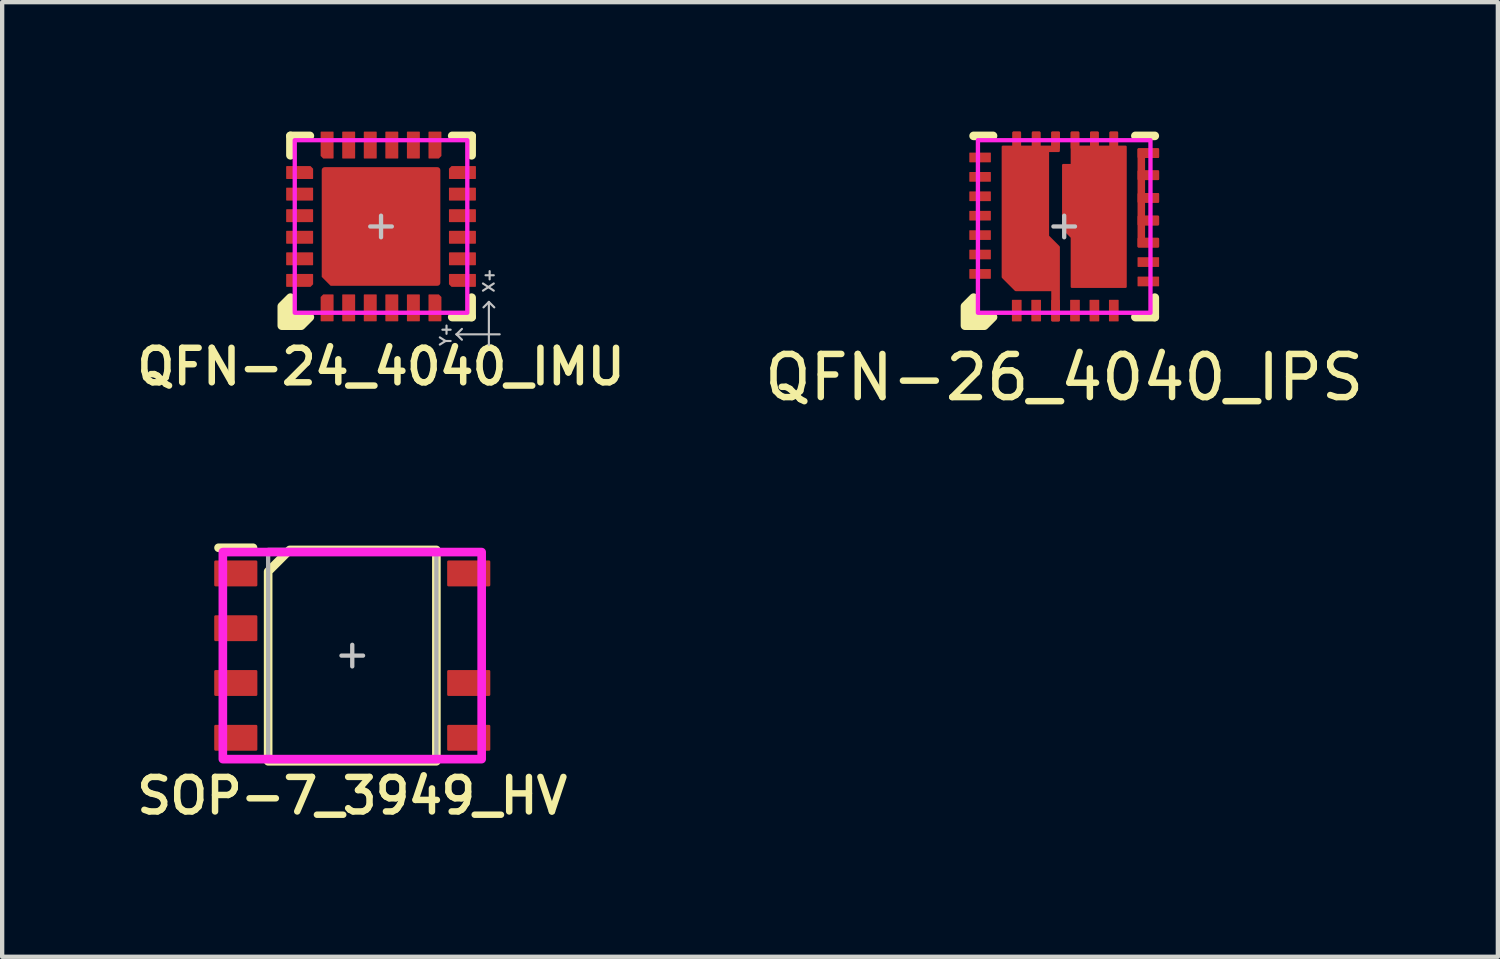
<source format=kicad_pcb>
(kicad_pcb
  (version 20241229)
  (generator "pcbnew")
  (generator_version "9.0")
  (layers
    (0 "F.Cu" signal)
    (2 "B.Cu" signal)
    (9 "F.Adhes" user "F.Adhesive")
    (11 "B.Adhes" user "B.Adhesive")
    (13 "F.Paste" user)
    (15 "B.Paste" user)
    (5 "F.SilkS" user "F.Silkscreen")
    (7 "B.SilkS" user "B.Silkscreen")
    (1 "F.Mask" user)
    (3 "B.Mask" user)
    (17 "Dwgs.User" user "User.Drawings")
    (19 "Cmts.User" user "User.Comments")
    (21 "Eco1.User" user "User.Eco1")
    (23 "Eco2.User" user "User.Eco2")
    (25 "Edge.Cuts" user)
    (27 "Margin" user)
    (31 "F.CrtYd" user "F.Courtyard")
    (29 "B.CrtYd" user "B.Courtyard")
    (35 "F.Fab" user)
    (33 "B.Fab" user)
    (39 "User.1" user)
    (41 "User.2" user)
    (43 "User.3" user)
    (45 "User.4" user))
  (footprint "QFN-26_4040_IPS"
    (layer "F.Cu")
    (at 21.62 2.2)
    (property "Reference" "QFN-26_4040_IPS" (at 0 3.5 0) (unlocked yes) (layer "F.SilkS") (effects (font (size 1 1) (thickness 0.15))))
    (attr smd)
    (fp_line (start -1.65 -2.1) (end -2.1 -2.1) (stroke (width 0.2) (type solid)) (layer "F.SilkS"))
    (fp_line (start 1.65 2.1) (end 2.1 2.1) (stroke (width 0.2) (type solid)) (layer "F.SilkS"))
    (fp_line (start 2.1 -2.1) (end 1.65 -2.1) (stroke (width 0.2) (type solid)) (layer "F.SilkS"))
    (fp_line (start 2.1 2.1) (end 2.1 1.65) (stroke (width 0.2) (type solid)) (layer "F.SilkS"))
    (fp_poly (pts (xy -2.1 2.1) (xy -1.65 2.1) (xy -1.85 2.3) (xy -2.3 2.3) (xy -2.3 1.85) (xy -2.1 1.65)) (stroke (width 0.2) (type solid)) (fill yes) (layer "F.SilkS"))
    (fp_rect (start -1.35 -1.725) (end -0.45 -0.875) (stroke (width 0) (type solid)) (fill yes) (layer "F.Paste"))
    (fp_rect (start -1.35 -0.575) (end -0.45 0.225) (stroke (width 0) (type solid)) (fill yes) (layer "F.Paste"))
    (fp_rect (start -0.275 2.175) (end -0.125 1.6) (stroke (width 0) (type solid)) (fill yes) (layer "F.Paste"))
    (fp_rect (start 0.25 0.525) (end 1.35 1.325) (stroke (width 0) (type solid)) (fill yes) (layer "F.Paste"))
    (fp_poly (pts (xy 1.35 0.225) (xy 0.25 0.225) (xy 0.05 0.025) (xy 0.05 -0.575) (xy 1.35 -0.575)) (stroke (width 0) (type solid)) (fill yes) (layer "F.Paste"))
    (fp_poly (pts (xy -0.2 0.55) (xy -0.2 1.4) (xy -1.075 1.4) (xy -1.35 1.125) (xy -1.35 0.525) (xy -0.225 0.525)) (stroke (width 0) (type solid)) (fill yes) (layer "F.Paste"))
    (fp_poly (pts (xy 1.35 -0.875) (xy 0.05 -0.875) (xy 0.05 -1.35) (xy 0.25 -1.35) (xy 0.25 -1.725) (xy 1.35 -1.725)) (stroke (width 0) (type solid)) (fill yes) (layer "F.Paste"))
    (fp_poly (pts (xy 1.85 0.287) (xy 2.175 0.287) (xy 2.175 0.463) (xy 1.725 0.463) (xy 1.725 0.237) (xy 1.85 0.237)) (stroke (width 0) (type solid)) (fill yes) (layer "F.Paste"))
    (fp_poly (pts (xy 2.175 -1.788) (xy 2.175 -1.613) (xy 1.85 -1.613) (xy 1.85 -1.562) (xy 1.725 -1.562) (xy 1.725 -1.788)) (stroke (width 0) (type solid)) (fill yes) (layer "F.Paste"))
    (fp_poly (pts (xy 1.85 -1.275) (xy 2.175 -1.275) (xy 2.175 -1.1) (xy 1.85 -1.1) (xy 1.85 -1.05) (xy 1.725 -1.05) (xy 1.725 -1.325) (xy 1.85 -1.325)) (stroke (width 0) (type solid)) (fill yes) (layer "F.Paste"))
    (fp_poly (pts (xy 1.85 -0.75) (xy 2.175 -0.75) (xy 2.175 -0.575) (xy 1.85 -0.575) (xy 1.85 -0.525) (xy 1.725 -0.525) (xy 1.725 -0.8) (xy 1.85 -0.8)) (stroke (width 0) (type solid)) (fill yes) (layer "F.Paste"))
    (fp_poly (pts (xy 1.85 -0.225) (xy 2.175 -0.225) (xy 2.175 -0.05) (xy 1.85 -0.05) (xy 1.85 0) (xy 1.725 0) (xy 1.725 -0.275) (xy 1.85 -0.275)) (stroke (width 0) (type solid)) (fill yes) (layer "F.Paste"))
    (fp_line (start 0 0.25) (end 0 -0.25) (stroke (width 0.1) (type solid)) (layer "Dwgs.User"))
    (fp_line (start 0.25 0) (end -0.25 0) (stroke (width 0.1) (type solid)) (layer "Dwgs.User"))
    (fp_rect (start -2 -2) (end 2 2) (stroke (width 0.1) (type solid)) (fill no) (layer "F.CrtYd"))
    (pad "1" smd roundrect (at -1.1 1.95 90) (size 0.5 0.225) (layers "F.Cu" "F.Mask" "F.Paste") (roundrect_rratio 0.05))
    (pad "2" smd roundrect (at -0.65 1.95 90) (size 0.5 0.225) (layers "F.Cu" "F.Mask" "F.Paste") (roundrect_rratio 0.05))
    (pad "20" smd roundrect (at -1.95 -1.6) (size 0.5 0.225) (layers "F.Cu" "F.Mask" "F.Paste") (roundrect_rratio 0.05))
    (pad "21" smd roundrect (at -1.95 -1.15) (size 0.5 0.225) (layers "F.Cu" "F.Mask" "F.Paste") (roundrect_rratio 0.05))
    (pad "22" smd roundrect (at -1.95 -0.7) (size 0.5 0.225) (layers "F.Cu" "F.Mask" "F.Paste") (roundrect_rratio 0.05))
    (pad "23" smd roundrect (at -1.95 -0.25) (size 0.5 0.225) (layers "F.Cu" "F.Mask" "F.Paste") (roundrect_rratio 0.05))
    (pad "24" smd roundrect (at -1.95 0.2) (size 0.5 0.225) (layers "F.Cu" "F.Mask" "F.Paste") (roundrect_rratio 0.05))
    (pad "25" smd roundrect (at -1.95 0.65) (size 0.5 0.225) (layers "F.Cu" "F.Mask" "F.Paste") (roundrect_rratio 0.05))
    (pad "26" smd roundrect (at -1.95 1.1) (size 0.5 0.225) (layers "F.Cu" "F.Mask" "F.Paste") (roundrect_rratio 0.05))
    (pad "GND" smd roundrect (at 0.25 1.95 90) (size 0.5 0.225) (layers "F.Cu" "F.Mask" "F.Paste") (roundrect_rratio 0.05))
    (pad "GND" smd roundrect (at 0.7 1.95 90) (size 0.5 0.225) (layers "F.Cu" "F.Mask" "F.Paste") (roundrect_rratio 0.05))
    (pad "GND" smd roundrect (at 1.15 1.95 90) (size 0.5 0.225) (layers "F.Cu" "F.Mask" "F.Paste") (roundrect_rratio 0.05))
    (pad "GND" smd custom (at 1.775 -0.925) (size 0.1 0.1) (layers "F.Cu" "F.Mask") (options (anchor circle)) (primitives (gr_poly (pts (xy 0.4 -0.688) (xy 0.075 -0.688) (xy 0.075 -0.35) (xy 0.4 -0.35) (xy 0.4 -0.175) (xy 0.075 -0.175) (xy 0.075 0.175) (xy 0.4 0.175) (xy 0.4 0.35) (xy 0.075 0.35) (xy 0.075 0.7) (xy 0.4 0.7) (xy 0.4 0.875) (xy 0.075 0.875) (xy 0.075 1.212) (xy 0.4 1.212) (xy 0.4 1.387) (xy -0.05 1.387) (xy -0.05 -0.863) (xy 0.4 -0.863)) (width 0.05) (fill yes))))
    (pad "GND" smd roundrect (at 1.95 -1.7) (size 0.5 0.225) (layers "F.Cu") (roundrect_rratio 0.1))
    (pad "GND" smd roundrect (at 1.95 -1.188) (size 0.5 0.225) (layers "F.Cu") (roundrect_rratio 0.1))
    (pad "GND" smd roundrect (at 1.95 -0.662) (size 0.5 0.225) (layers "F.Cu") (roundrect_rratio 0.1))
    (pad "GND" smd roundrect (at 1.95 -0.138) (size 0.5 0.225) (layers "F.Cu") (roundrect_rratio 0.1))
    (pad "GND" smd roundrect (at 1.95 0.375) (size 0.5 0.225) (layers "F.Cu") (roundrect_rratio 0.1))
    (pad "GND" smd roundrect (at 1.95 0.825) (size 0.5 0.225) (layers "F.Cu" "F.Mask" "F.Paste") (roundrect_rratio 0.05))
    (pad "GND" smd roundrect (at 1.95 1.275) (size 0.5 0.225) (layers "F.Cu" "F.Mask" "F.Paste") (roundrect_rratio 0.05))
    (pad "SW" smd roundrect (at 0.25 -2 270) (size 0.4 0.2) (layers "F.Cu" "F.Paste") (roundrect_rratio 0.1))
    (pad "SW" smd roundrect (at 0.7 -2 270) (size 0.4 0.2) (layers "F.Cu" "F.Paste") (roundrect_rratio 0.1))
    (pad "SW" smd custom (at 0.775 0) (size 0.5 0.5) (layers "F.Cu" "F.Mask") (options (anchor circle)) (primitives (gr_poly (pts (xy -0.45 -1.85) (xy -0.15 -1.85) (xy -0.15 -2.175) (xy 0 -2.175) (xy 0 -1.85) (xy 0.3 -1.85) (xy 0.3 -2.175) (xy 0.45 -2.175) (xy 0.45 -1.85) (xy 0.65 -1.85) (xy 0.65 1.4) (xy -0.6 1.4) (xy -0.6 0.25) (xy -0.8 0.05) (xy -0.8 -1.425) (xy -0.6 -1.425) (xy -0.6 -2.175) (xy -0.45 -2.175)) (width 0.05) (fill yes))))
    (pad "SW" smd roundrect (at 1.15 -2 270) (size 0.4 0.2) (layers "F.Cu" "F.Paste") (roundrect_rratio 0.1))
    (pad "Vin" smd roundrect (at -1.1 -2 90) (size 0.4 0.2) (layers "F.Cu" "F.Paste") (roundrect_rratio 0.1))
    (pad "Vin" smd custom (at -0.975 0) (size 0.5 0.5) (layers "F.Cu" "F.Mask") (options (anchor circle)) (primitives (gr_poly (pts (xy 0.25 0) (xy 0.231 -0.096) (xy 0.177 -0.177) (xy 0.096 -0.231) (xy 0 -0.25) (xy -0.096 -0.231) (xy -0.177 -0.177) (xy -0.231 -0.096) (xy -0.25 0) (xy -0.231 0.096) (xy -0.177 0.177) (xy -0.096 0.231) (xy 0 0.25) (xy 0.096 0.231) (xy 0.177 0.177) (xy 0.231 0.096) (xy 0.25 0)) (width 0) (fill yes)) (gr_poly (pts (xy -0.05 -1.85) (xy 0.25 -1.85) (xy 0.25 -2.175) (xy 0.4 -2.175) (xy 0.4 -1.85) (xy 0.7 -1.85) (xy 0.7 -2.175) (xy 0.85 -2.175) (xy 0.85 -1.75) (xy 0.6 -1.75) (xy 0.6 0.225) (xy 0.85 0.475) (xy 0.85 2.175) (xy 0.7 2.175) (xy 0.7 1.475) (xy -0.15 1.475) (xy -0.45 1.175) (xy -0.45 -1.85) (xy -0.2 -1.85) (xy -0.2 -2.175) (xy -0.05 -2.175)) (width 0.05) (fill yes))))
    (pad "Vin" smd roundrect (at -0.65 -2 90) (size 0.4 0.2) (layers "F.Cu" "F.Paste") (roundrect_rratio 0.1))
    (pad "Vin" smd roundrect (at -0.2 -2 90) (size 0.4 0.2) (layers "F.Cu" "F.Paste") (roundrect_rratio 0.1))
    (pad "Vin" smd roundrect (at -0.2 1.95 90) (size 0.5 0.2) (layers "F.Cu") (roundrect_rratio 0.1)))
  (footprint "QFN-24_4040_IMU"
    (layer "F.Cu")
    (at 5.783 2.2)
    (property "Reference" "QFN-24_4040_IMU" (at 0 3.25 0) (unlocked yes) (layer "F.SilkS") (effects (font (size 0.8 0.8) (thickness 0.15))))
    (attr smd)
    (fp_line (start -2.1 -2.1) (end -2.1 -1.65) (stroke (width 0.2) (type solid)) (layer "F.SilkS"))
    (fp_line (start -1.65 -2.1) (end -2.1 -2.1) (stroke (width 0.2) (type solid)) (layer "F.SilkS"))
    (fp_line (start 1.65 2.1) (end 2.1 2.1) (stroke (width 0.2) (type solid)) (layer "F.SilkS"))
    (fp_line (start 2.1 -2.1) (end 1.65 -2.1) (stroke (width 0.2) (type solid)) (layer "F.SilkS"))
    (fp_line (start 2.1 -1.65) (end 2.1 -2.1) (stroke (width 0.2) (type solid)) (layer "F.SilkS"))
    (fp_line (start 2.1 2.1) (end 2.1 1.65) (stroke (width 0.2) (type solid)) (layer "F.SilkS"))
    (fp_poly (pts (xy -2.1 2.1) (xy -1.65 2.1) (xy -1.85 2.3) (xy -2.3 2.3) (xy -2.3 1.85) (xy -2.1 1.65)) (stroke (width 0.2) (type solid)) (fill yes) (layer "F.SilkS"))
    (fp_rect (start -1.2 -1.2) (end -0.15 -0.15) (stroke (width 0) (type solid)) (fill yes) (layer "F.Paste"))
    (fp_rect (start 0.15 -1.2) (end 1.2 -0.15) (stroke (width 0) (type solid)) (fill yes) (layer "F.Paste"))
    (fp_rect (start 0.15 0.15) (end 1.2 1.2) (stroke (width 0) (type solid)) (fill yes) (layer "F.Paste"))
    (fp_poly (pts (xy -0.15 1.2) (xy -1.1 1.2) (xy -1.2 1.1) (xy -1.2 0.15) (xy -0.15 0.15)) (stroke (width 0) (type solid)) (fill yes) (layer "F.Paste"))
    (fp_line (start -0.25 0) (end 0.25 0) (stroke (width 0.1) (type solid)) (layer "Dwgs.User"))
    (fp_line (start 0 0.25) (end 0 -0.25) (stroke (width 0.1) (type solid)) (layer "Dwgs.User"))
    (fp_line (start 1.75 2.5) (end 1.875 2.375) (stroke (width 0.05) (type solid)) (layer "Dwgs.User"))
    (fp_line (start 1.75 2.5) (end 1.875 2.625) (stroke (width 0.05) (type solid)) (layer "Dwgs.User"))
    (fp_line (start 2.5 1.75) (end 2.375 1.875) (stroke (width 0.05) (type solid)) (layer "Dwgs.User"))
    (fp_line (start 2.5 1.75) (end 2.625 1.875) (stroke (width 0.05) (type solid)) (layer "Dwgs.User"))
    (fp_line (start 2.5 2.75) (end 2.5 1.75) (stroke (width 0.05) (type solid)) (layer "Dwgs.User"))
    (fp_line (start 2.75 2.5) (end 1.75 2.5) (stroke (width 0.05) (type solid)) (layer "Dwgs.User"))
    (fp_rect (start -2 -2) (end 2 2) (stroke (width 0.1) (type solid)) (fill no) (layer "F.CrtYd"))
    (fp_text user "Y+" (at 1.5 2.5 90) (unlocked yes) (layer "Dwgs.User") (effects (font (size 0.25 0.25) (thickness 0.05))))
    (fp_text user "X+" (at 2.5 1.25 90) (unlocked yes) (layer "Dwgs.User") (effects (font (size 0.25 0.25) (thickness 0.05))))
    (pad "1" smd roundrect (at -1.25 1.887 90) (size 0.625 0.3) (layers "F.Cu" "F.Mask" "F.Paste") (roundrect_rratio 0.05) (chamfer_ratio 0.2) (chamfer top_right))
    (pad "2" smd roundrect (at -0.75 1.887 90) (size 0.625 0.3) (layers "F.Cu" "F.Mask" "F.Paste") (roundrect_rratio 0.05))
    (pad "3" smd roundrect (at -0.25 1.887 90) (size 0.625 0.3) (layers "F.Cu" "F.Mask" "F.Paste") (roundrect_rratio 0.05))
    (pad "4" smd roundrect (at 0.25 1.887 90) (size 0.625 0.3) (layers "F.Cu" "F.Mask" "F.Paste") (roundrect_rratio 0.05))
    (pad "5" smd roundrect (at 0.75 1.887 90) (size 0.625 0.3) (layers "F.Cu" "F.Mask" "F.Paste") (roundrect_rratio 0.05))
    (pad "6" smd roundrect (at 1.25 1.887 90) (size 0.625 0.3) (layers "F.Cu" "F.Mask" "F.Paste") (roundrect_rratio 0.05) (chamfer_ratio 0.2) (chamfer bottom_right))
    (pad "7" smd roundrect (at 1.887 1.25 180) (size 0.625 0.3) (layers "F.Cu" "F.Mask" "F.Paste") (roundrect_rratio 0.05) (chamfer_ratio 0.2) (chamfer top_right))
    (pad "8" smd roundrect (at 1.887 0.75 180) (size 0.625 0.3) (layers "F.Cu" "F.Mask" "F.Paste") (roundrect_rratio 0.05))
    (pad "9" smd roundrect (at 1.887 0.25 180) (size 0.625 0.3) (layers "F.Cu" "F.Mask" "F.Paste") (roundrect_rratio 0.05))
    (pad "10" smd roundrect (at 1.887 -0.25 180) (size 0.625 0.3) (layers "F.Cu" "F.Mask" "F.Paste") (roundrect_rratio 0.05))
    (pad "11" smd roundrect (at 1.887 -0.75 180) (size 0.625 0.3) (layers "F.Cu" "F.Mask" "F.Paste") (roundrect_rratio 0.05))
    (pad "12" smd roundrect (at 1.887 -1.25 180) (size 0.625 0.3) (layers "F.Cu" "F.Mask" "F.Paste") (roundrect_rratio 0.05) (chamfer_ratio 0.2) (chamfer bottom_right))
    (pad "13" smd roundrect (at 1.25 -1.887 270) (size 0.625 0.3) (layers "F.Cu" "F.Mask" "F.Paste") (roundrect_rratio 0.05) (chamfer_ratio 0.2) (chamfer top_right))
    (pad "14" smd roundrect (at 0.75 -1.887 270) (size 0.625 0.3) (layers "F.Cu" "F.Mask" "F.Paste") (roundrect_rratio 0.05))
    (pad "15" smd roundrect (at 0.25 -1.887 270) (size 0.625 0.3) (layers "F.Cu" "F.Mask" "F.Paste") (roundrect_rratio 0.05))
    (pad "16" smd roundrect (at -0.25 -1.887 270) (size 0.625 0.3) (layers "F.Cu" "F.Mask" "F.Paste") (roundrect_rratio 0.05))
    (pad "17" smd roundrect (at -0.75 -1.887 270) (size 0.625 0.3) (layers "F.Cu" "F.Mask" "F.Paste") (roundrect_rratio 0.05))
    (pad "18" smd roundrect (at -1.25 -1.887 270) (size 0.625 0.3) (layers "F.Cu" "F.Mask" "F.Paste") (roundrect_rratio 0.05) (chamfer_ratio 0.2) (chamfer bottom_right))
    (pad "19" smd roundrect (at -1.887 -1.25) (size 0.625 0.3) (layers "F.Cu" "F.Mask" "F.Paste") (roundrect_rratio 0.05) (chamfer_ratio 0.2) (chamfer top_right))
    (pad "20" smd roundrect (at -1.887 -0.75) (size 0.625 0.3) (layers "F.Cu" "F.Mask" "F.Paste") (roundrect_rratio 0.05))
    (pad "21" smd roundrect (at -1.887 -0.25) (size 0.625 0.3) (layers "F.Cu" "F.Mask" "F.Paste") (roundrect_rratio 0.05))
    (pad "22" smd roundrect (at -1.887 0.25) (size 0.625 0.3) (layers "F.Cu" "F.Mask" "F.Paste") (roundrect_rratio 0.05))
    (pad "23" smd roundrect (at -1.887 0.75) (size 0.625 0.3) (layers "F.Cu" "F.Mask" "F.Paste") (roundrect_rratio 0.05))
    (pad "24" smd roundrect (at -1.887 1.25) (size 0.625 0.3) (layers "F.Cu" "F.Mask" "F.Paste") (roundrect_rratio 0.05) (chamfer_ratio 0.2) (chamfer bottom_right))
    (pad "EP" smd roundrect (at 0 0) (size 2.75 2.75) (layers "F.Cu" "F.Mask") (roundrect_rratio 0.025) (chamfer_ratio 0.075) (chamfer bottom_left)))
  (footprint "SOP-7_3949_HV"
    (layer "F.Cu")
    (at 5.116 12.148)
    (property "Reference" "SOP-7_3949_HV" (at 0 3.25 0) (unlocked yes) (layer "F.SilkS") (effects (font (size 0.8 0.8) (thickness 0.15))))
    (attr smd)
    (fp_line (start -3.1 -2.5) (end -2.3 -2.5) (stroke (width 0.2) (type solid)) (layer "F.SilkS"))
    (fp_poly (pts (xy 1.95 2.45) (xy -1.95 2.45) (xy -1.95 -1.95) (xy -1.45 -2.45) (xy 1.95 -2.45)) (stroke (width 0.2) (type solid)) (fill no) (layer "F.SilkS"))
    (fp_line (start -0.25 0) (end 0.25 0) (stroke (width 0.1) (type solid)) (layer "Dwgs.User"))
    (fp_line (start 0 0.25) (end 0 -0.25) (stroke (width 0.1) (type solid)) (layer "Dwgs.User"))
    (fp_rect (start -3 -2.4) (end 3 2.4) (stroke (width 0.2) (type solid)) (fill no) (layer "F.CrtYd"))
    (fp_rect (start -1.95 -2.45) (end 1.95 2.45) (stroke (width 0.1) (type solid)) (fill no) (layer "F.Fab"))
    (pad "1" smd roundrect (at -2.7 -1.905) (size 1 0.6) (layers "F.Cu" "F.Mask" "F.Paste") (roundrect_rratio 0.05))
    (pad "2" smd roundrect (at -2.7 -0.635) (size 1 0.6) (layers "F.Cu" "F.Mask" "F.Paste") (roundrect_rratio 0.05))
    (pad "3" smd roundrect (at -2.7 0.635) (size 1 0.6) (layers "F.Cu" "F.Mask" "F.Paste") (roundrect_rratio 0.05))
    (pad "4" smd roundrect (at -2.7 1.905) (size 1 0.6) (layers "F.Cu" "F.Mask" "F.Paste") (roundrect_rratio 0.05))
    (pad "5" smd roundrect (at 2.7 1.905) (size 1 0.6) (layers "F.Cu" "F.Mask" "F.Paste") (roundrect_rratio 0.05))
    (pad "6" smd roundrect (at 2.7 0.635) (size 1 0.6) (layers "F.Cu" "F.Mask" "F.Paste") (roundrect_rratio 0.05))
    (pad "8" smd roundrect (at 2.7 -1.905) (size 1 0.6) (layers "F.Cu" "F.Mask" "F.Paste") (roundrect_rratio 0.05)))
  (gr_rect
    (start -3 -3)
    (end 31.673 19.13)
    (stroke (width 0.1) (type default))
    (fill no)
    (layer "Edge.Cuts")))
</source>
